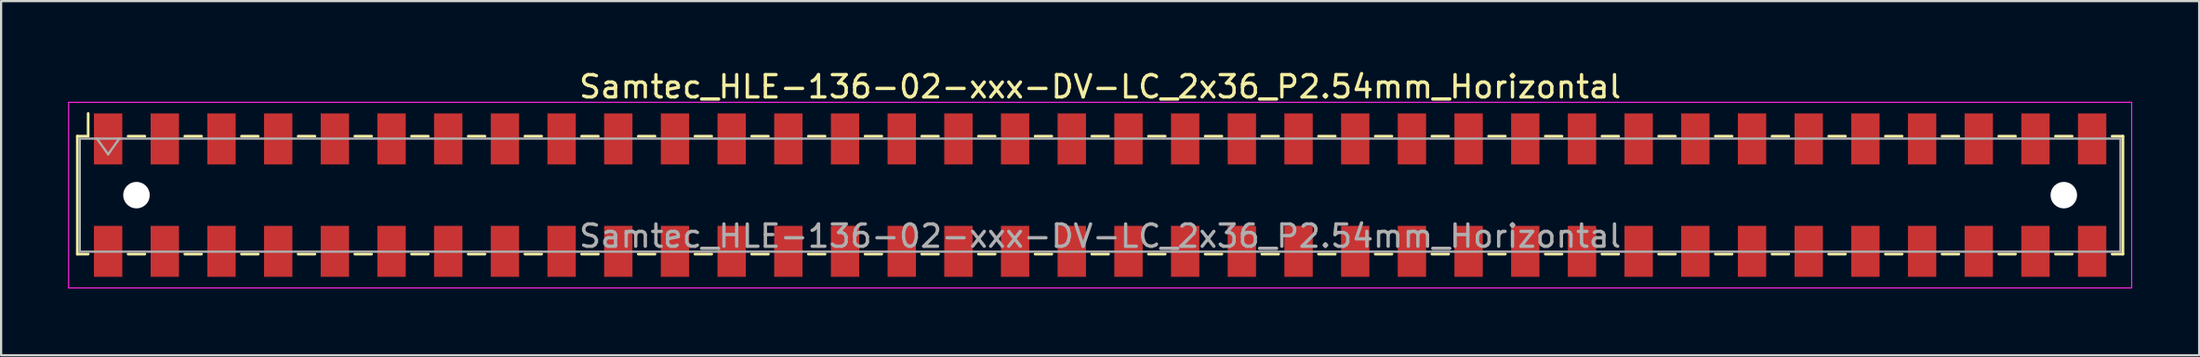
<source format=kicad_pcb>
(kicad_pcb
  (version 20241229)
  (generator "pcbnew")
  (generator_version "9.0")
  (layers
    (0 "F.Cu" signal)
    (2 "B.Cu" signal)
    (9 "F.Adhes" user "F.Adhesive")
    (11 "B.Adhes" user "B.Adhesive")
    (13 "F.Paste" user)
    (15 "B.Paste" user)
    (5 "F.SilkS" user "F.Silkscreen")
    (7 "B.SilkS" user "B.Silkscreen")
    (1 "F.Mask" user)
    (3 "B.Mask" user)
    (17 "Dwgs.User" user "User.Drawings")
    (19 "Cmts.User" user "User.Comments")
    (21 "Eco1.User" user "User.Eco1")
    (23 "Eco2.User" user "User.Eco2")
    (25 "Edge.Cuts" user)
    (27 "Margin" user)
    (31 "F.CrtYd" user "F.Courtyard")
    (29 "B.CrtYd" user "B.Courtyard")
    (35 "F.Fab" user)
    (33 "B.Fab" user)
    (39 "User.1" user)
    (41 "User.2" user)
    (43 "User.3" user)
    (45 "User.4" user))
  (footprint "Samtec_HLE-136-02-xxx-DV-LC_2x36_P2.54mm_Horizontal"
    (layer "F.Cu")
    (at 46.245 5.718)
    (property "Reference" "Samtec_HLE-136-02-xxx-DV-LC_2x36_P2.54mm_Horizontal" (at 0 -4.87 0) (layer "F.SilkS") (effects (font (size 1 1) (thickness 0.15))))
    (attr smd)
    (fp_line (start -45.83 -2.65) (end -45.83 2.65) (stroke (width 0.12) (type solid)) (layer "F.SilkS"))
    (fp_line (start -45.83 2.65) (end -45.345 2.65) (stroke (width 0.12) (type solid)) (layer "F.SilkS"))
    (fp_line (start -45.345 -3.67) (end -45.345 -2.65) (stroke (width 0.12) (type solid)) (layer "F.SilkS"))
    (fp_line (start -45.345 -2.65) (end -45.83 -2.65) (stroke (width 0.12) (type solid)) (layer "F.SilkS"))
    (fp_line (start -43.555 -2.65) (end -42.805 -2.65) (stroke (width 0.12) (type solid)) (layer "F.SilkS"))
    (fp_line (start -43.555 2.65) (end -42.805 2.65) (stroke (width 0.12) (type solid)) (layer "F.SilkS"))
    (fp_line (start -41.015 -2.65) (end -40.265 -2.65) (stroke (width 0.12) (type solid)) (layer "F.SilkS"))
    (fp_line (start -41.015 2.65) (end -40.265 2.65) (stroke (width 0.12) (type solid)) (layer "F.SilkS"))
    (fp_line (start -38.475 -2.65) (end -37.725 -2.65) (stroke (width 0.12) (type solid)) (layer "F.SilkS"))
    (fp_line (start -38.475 2.65) (end -37.725 2.65) (stroke (width 0.12) (type solid)) (layer "F.SilkS"))
    (fp_line (start -35.935 -2.65) (end -35.185 -2.65) (stroke (width 0.12) (type solid)) (layer "F.SilkS"))
    (fp_line (start -35.935 2.65) (end -35.185 2.65) (stroke (width 0.12) (type solid)) (layer "F.SilkS"))
    (fp_line (start -33.395 -2.65) (end -32.645 -2.65) (stroke (width 0.12) (type solid)) (layer "F.SilkS"))
    (fp_line (start -33.395 2.65) (end -32.645 2.65) (stroke (width 0.12) (type solid)) (layer "F.SilkS"))
    (fp_line (start -30.855 -2.65) (end -30.105 -2.65) (stroke (width 0.12) (type solid)) (layer "F.SilkS"))
    (fp_line (start -30.855 2.65) (end -30.105 2.65) (stroke (width 0.12) (type solid)) (layer "F.SilkS"))
    (fp_line (start -28.315 -2.65) (end -27.565 -2.65) (stroke (width 0.12) (type solid)) (layer "F.SilkS"))
    (fp_line (start -28.315 2.65) (end -27.565 2.65) (stroke (width 0.12) (type solid)) (layer "F.SilkS"))
    (fp_line (start -25.775 -2.65) (end -25.025 -2.65) (stroke (width 0.12) (type solid)) (layer "F.SilkS"))
    (fp_line (start -25.775 2.65) (end -25.025 2.65) (stroke (width 0.12) (type solid)) (layer "F.SilkS"))
    (fp_line (start -23.235 -2.65) (end -22.485 -2.65) (stroke (width 0.12) (type solid)) (layer "F.SilkS"))
    (fp_line (start -23.235 2.65) (end -22.485 2.65) (stroke (width 0.12) (type solid)) (layer "F.SilkS"))
    (fp_line (start -20.695 -2.65) (end -19.945 -2.65) (stroke (width 0.12) (type solid)) (layer "F.SilkS"))
    (fp_line (start -20.695 2.65) (end -19.945 2.65) (stroke (width 0.12) (type solid)) (layer "F.SilkS"))
    (fp_line (start -18.155 -2.65) (end -17.405 -2.65) (stroke (width 0.12) (type solid)) (layer "F.SilkS"))
    (fp_line (start -18.155 2.65) (end -17.405 2.65) (stroke (width 0.12) (type solid)) (layer "F.SilkS"))
    (fp_line (start -15.615 -2.65) (end -14.865 -2.65) (stroke (width 0.12) (type solid)) (layer "F.SilkS"))
    (fp_line (start -15.615 2.65) (end -14.865 2.65) (stroke (width 0.12) (type solid)) (layer "F.SilkS"))
    (fp_line (start -13.075 -2.65) (end -12.325 -2.65) (stroke (width 0.12) (type solid)) (layer "F.SilkS"))
    (fp_line (start -13.075 2.65) (end -12.325 2.65) (stroke (width 0.12) (type solid)) (layer "F.SilkS"))
    (fp_line (start -10.535 -2.65) (end -9.785 -2.65) (stroke (width 0.12) (type solid)) (layer "F.SilkS"))
    (fp_line (start -10.535 2.65) (end -9.785 2.65) (stroke (width 0.12) (type solid)) (layer "F.SilkS"))
    (fp_line (start -7.995 -2.65) (end -7.245 -2.65) (stroke (width 0.12) (type solid)) (layer "F.SilkS"))
    (fp_line (start -7.995 2.65) (end -7.245 2.65) (stroke (width 0.12) (type solid)) (layer "F.SilkS"))
    (fp_line (start -5.455 -2.65) (end -4.705 -2.65) (stroke (width 0.12) (type solid)) (layer "F.SilkS"))
    (fp_line (start -5.455 2.65) (end -4.705 2.65) (stroke (width 0.12) (type solid)) (layer "F.SilkS"))
    (fp_line (start -2.915 -2.65) (end -2.165 -2.65) (stroke (width 0.12) (type solid)) (layer "F.SilkS"))
    (fp_line (start -2.915 2.65) (end -2.165 2.65) (stroke (width 0.12) (type solid)) (layer "F.SilkS"))
    (fp_line (start -0.375 -2.65) (end 0.375 -2.65) (stroke (width 0.12) (type solid)) (layer "F.SilkS"))
    (fp_line (start -0.375 2.65) (end 0.375 2.65) (stroke (width 0.12) (type solid)) (layer "F.SilkS"))
    (fp_line (start 2.165 -2.65) (end 2.915 -2.65) (stroke (width 0.12) (type solid)) (layer "F.SilkS"))
    (fp_line (start 2.165 2.65) (end 2.915 2.65) (stroke (width 0.12) (type solid)) (layer "F.SilkS"))
    (fp_line (start 4.705 -2.65) (end 5.455 -2.65) (stroke (width 0.12) (type solid)) (layer "F.SilkS"))
    (fp_line (start 4.705 2.65) (end 5.455 2.65) (stroke (width 0.12) (type solid)) (layer "F.SilkS"))
    (fp_line (start 7.245 -2.65) (end 7.995 -2.65) (stroke (width 0.12) (type solid)) (layer "F.SilkS"))
    (fp_line (start 7.245 2.65) (end 7.995 2.65) (stroke (width 0.12) (type solid)) (layer "F.SilkS"))
    (fp_line (start 9.785 -2.65) (end 10.535 -2.65) (stroke (width 0.12) (type solid)) (layer "F.SilkS"))
    (fp_line (start 9.785 2.65) (end 10.535 2.65) (stroke (width 0.12) (type solid)) (layer "F.SilkS"))
    (fp_line (start 12.325 -2.65) (end 13.075 -2.65) (stroke (width 0.12) (type solid)) (layer "F.SilkS"))
    (fp_line (start 12.325 2.65) (end 13.075 2.65) (stroke (width 0.12) (type solid)) (layer "F.SilkS"))
    (fp_line (start 14.865 -2.65) (end 15.615 -2.65) (stroke (width 0.12) (type solid)) (layer "F.SilkS"))
    (fp_line (start 14.865 2.65) (end 15.615 2.65) (stroke (width 0.12) (type solid)) (layer "F.SilkS"))
    (fp_line (start 17.405 -2.65) (end 18.155 -2.65) (stroke (width 0.12) (type solid)) (layer "F.SilkS"))
    (fp_line (start 17.405 2.65) (end 18.155 2.65) (stroke (width 0.12) (type solid)) (layer "F.SilkS"))
    (fp_line (start 19.945 -2.65) (end 20.695 -2.65) (stroke (width 0.12) (type solid)) (layer "F.SilkS"))
    (fp_line (start 19.945 2.65) (end 20.695 2.65) (stroke (width 0.12) (type solid)) (layer "F.SilkS"))
    (fp_line (start 22.485 -2.65) (end 23.235 -2.65) (stroke (width 0.12) (type solid)) (layer "F.SilkS"))
    (fp_line (start 22.485 2.65) (end 23.235 2.65) (stroke (width 0.12) (type solid)) (layer "F.SilkS"))
    (fp_line (start 25.025 -2.65) (end 25.775 -2.65) (stroke (width 0.12) (type solid)) (layer "F.SilkS"))
    (fp_line (start 25.025 2.65) (end 25.775 2.65) (stroke (width 0.12) (type solid)) (layer "F.SilkS"))
    (fp_line (start 27.565 -2.65) (end 28.315 -2.65) (stroke (width 0.12) (type solid)) (layer "F.SilkS"))
    (fp_line (start 27.565 2.65) (end 28.315 2.65) (stroke (width 0.12) (type solid)) (layer "F.SilkS"))
    (fp_line (start 30.105 -2.65) (end 30.855 -2.65) (stroke (width 0.12) (type solid)) (layer "F.SilkS"))
    (fp_line (start 30.105 2.65) (end 30.855 2.65) (stroke (width 0.12) (type solid)) (layer "F.SilkS"))
    (fp_line (start 32.645 -2.65) (end 33.395 -2.65) (stroke (width 0.12) (type solid)) (layer "F.SilkS"))
    (fp_line (start 32.645 2.65) (end 33.395 2.65) (stroke (width 0.12) (type solid)) (layer "F.SilkS"))
    (fp_line (start 35.185 -2.65) (end 35.935 -2.65) (stroke (width 0.12) (type solid)) (layer "F.SilkS"))
    (fp_line (start 35.185 2.65) (end 35.935 2.65) (stroke (width 0.12) (type solid)) (layer "F.SilkS"))
    (fp_line (start 37.725 -2.65) (end 38.475 -2.65) (stroke (width 0.12) (type solid)) (layer "F.SilkS"))
    (fp_line (start 37.725 2.65) (end 38.475 2.65) (stroke (width 0.12) (type solid)) (layer "F.SilkS"))
    (fp_line (start 40.265 -2.65) (end 41.015 -2.65) (stroke (width 0.12) (type solid)) (layer "F.SilkS"))
    (fp_line (start 40.265 2.65) (end 41.015 2.65) (stroke (width 0.12) (type solid)) (layer "F.SilkS"))
    (fp_line (start 42.805 -2.65) (end 43.555 -2.65) (stroke (width 0.12) (type solid)) (layer "F.SilkS"))
    (fp_line (start 42.805 2.65) (end 43.555 2.65) (stroke (width 0.12) (type solid)) (layer "F.SilkS"))
    (fp_line (start 45.345 -2.65) (end 45.83 -2.65) (stroke (width 0.12) (type solid)) (layer "F.SilkS"))
    (fp_line (start 45.83 -2.65) (end 45.83 2.65) (stroke (width 0.12) (type solid)) (layer "F.SilkS"))
    (fp_line (start 45.83 2.65) (end 45.345 2.65) (stroke (width 0.12) (type solid)) (layer "F.SilkS"))
    (fp_line (start -46.22 -4.17) (end 46.22 -4.17) (stroke (width 0.05) (type solid)) (layer "F.CrtYd"))
    (fp_line (start -46.22 4.17) (end -46.22 -4.17) (stroke (width 0.05) (type solid)) (layer "F.CrtYd"))
    (fp_line (start 46.22 -4.17) (end 46.22 4.17) (stroke (width 0.05) (type solid)) (layer "F.CrtYd"))
    (fp_line (start 46.22 4.17) (end -46.22 4.17) (stroke (width 0.05) (type solid)) (layer "F.CrtYd"))
    (fp_line (start -45.72 -2.54) (end 45.72 -2.54) (stroke (width 0.1) (type solid)) (layer "F.Fab"))
    (fp_line (start -45.72 2.54) (end -45.72 -2.54) (stroke (width 0.1) (type solid)) (layer "F.Fab"))
    (fp_line (start -44.95 -2.54) (end -44.45 -1.833) (stroke (width 0.1) (type solid)) (layer "F.Fab"))
    (fp_line (start -44.45 -1.833) (end -43.95 -2.54) (stroke (width 0.1) (type solid)) (layer "F.Fab"))
    (fp_line (start 45.72 -2.54) (end 45.72 2.54) (stroke (width 0.1) (type solid)) (layer "F.Fab"))
    (fp_line (start 45.72 2.54) (end -45.72 2.54) (stroke (width 0.1) (type solid)) (layer "F.Fab"))
    (fp_text user "${REFERENCE}" (at 0 1.84 0) (layer "F.Fab") (effects (font (size 1 1) (thickness 0.15))))
    (pad "" np_thru_hole circle (at -43.18 0) (size 1.19 1.19) (drill 1.19) (layers "*.Cu" "*.Mask"))
    (pad "" np_thru_hole circle (at 43.18 0) (size 1.19 1.19) (drill 1.19) (layers "*.Cu" "*.Mask"))
    (pad "1" smd rect (at -44.45 -2.525) (size 1.27 2.29) (layers "F.Cu" "F.Mask" "F.Paste"))
    (pad "2" smd rect (at -44.45 2.525) (size 1.27 2.29) (layers "F.Cu" "F.Mask" "F.Paste"))
    (pad "3" smd rect (at -41.91 -2.525) (size 1.27 2.29) (layers "F.Cu" "F.Mask" "F.Paste"))
    (pad "4" smd rect (at -41.91 2.525) (size 1.27 2.29) (layers "F.Cu" "F.Mask" "F.Paste"))
    (pad "5" smd rect (at -39.37 -2.525) (size 1.27 2.29) (layers "F.Cu" "F.Mask" "F.Paste"))
    (pad "6" smd rect (at -39.37 2.525) (size 1.27 2.29) (layers "F.Cu" "F.Mask" "F.Paste"))
    (pad "7" smd rect (at -36.83 -2.525) (size 1.27 2.29) (layers "F.Cu" "F.Mask" "F.Paste"))
    (pad "8" smd rect (at -36.83 2.525) (size 1.27 2.29) (layers "F.Cu" "F.Mask" "F.Paste"))
    (pad "9" smd rect (at -34.29 -2.525) (size 1.27 2.29) (layers "F.Cu" "F.Mask" "F.Paste"))
    (pad "10" smd rect (at -34.29 2.525) (size 1.27 2.29) (layers "F.Cu" "F.Mask" "F.Paste"))
    (pad "11" smd rect (at -31.75 -2.525) (size 1.27 2.29) (layers "F.Cu" "F.Mask" "F.Paste"))
    (pad "12" smd rect (at -31.75 2.525) (size 1.27 2.29) (layers "F.Cu" "F.Mask" "F.Paste"))
    (pad "13" smd rect (at -29.21 -2.525) (size 1.27 2.29) (layers "F.Cu" "F.Mask" "F.Paste"))
    (pad "14" smd rect (at -29.21 2.525) (size 1.27 2.29) (layers "F.Cu" "F.Mask" "F.Paste"))
    (pad "15" smd rect (at -26.67 -2.525) (size 1.27 2.29) (layers "F.Cu" "F.Mask" "F.Paste"))
    (pad "16" smd rect (at -26.67 2.525) (size 1.27 2.29) (layers "F.Cu" "F.Mask" "F.Paste"))
    (pad "17" smd rect (at -24.13 -2.525) (size 1.27 2.29) (layers "F.Cu" "F.Mask" "F.Paste"))
    (pad "18" smd rect (at -24.13 2.525) (size 1.27 2.29) (layers "F.Cu" "F.Mask" "F.Paste"))
    (pad "19" smd rect (at -21.59 -2.525) (size 1.27 2.29) (layers "F.Cu" "F.Mask" "F.Paste"))
    (pad "20" smd rect (at -21.59 2.525) (size 1.27 2.29) (layers "F.Cu" "F.Mask" "F.Paste"))
    (pad "21" smd rect (at -19.05 -2.525) (size 1.27 2.29) (layers "F.Cu" "F.Mask" "F.Paste"))
    (pad "22" smd rect (at -19.05 2.525) (size 1.27 2.29) (layers "F.Cu" "F.Mask" "F.Paste"))
    (pad "23" smd rect (at -16.51 -2.525) (size 1.27 2.29) (layers "F.Cu" "F.Mask" "F.Paste"))
    (pad "24" smd rect (at -16.51 2.525) (size 1.27 2.29) (layers "F.Cu" "F.Mask" "F.Paste"))
    (pad "25" smd rect (at -13.97 -2.525) (size 1.27 2.29) (layers "F.Cu" "F.Mask" "F.Paste"))
    (pad "26" smd rect (at -13.97 2.525) (size 1.27 2.29) (layers "F.Cu" "F.Mask" "F.Paste"))
    (pad "27" smd rect (at -11.43 -2.525) (size 1.27 2.29) (layers "F.Cu" "F.Mask" "F.Paste"))
    (pad "28" smd rect (at -11.43 2.525) (size 1.27 2.29) (layers "F.Cu" "F.Mask" "F.Paste"))
    (pad "29" smd rect (at -8.89 -2.525) (size 1.27 2.29) (layers "F.Cu" "F.Mask" "F.Paste"))
    (pad "30" smd rect (at -8.89 2.525) (size 1.27 2.29) (layers "F.Cu" "F.Mask" "F.Paste"))
    (pad "31" smd rect (at -6.35 -2.525) (size 1.27 2.29) (layers "F.Cu" "F.Mask" "F.Paste"))
    (pad "32" smd rect (at -6.35 2.525) (size 1.27 2.29) (layers "F.Cu" "F.Mask" "F.Paste"))
    (pad "33" smd rect (at -3.81 -2.525) (size 1.27 2.29) (layers "F.Cu" "F.Mask" "F.Paste"))
    (pad "34" smd rect (at -3.81 2.525) (size 1.27 2.29) (layers "F.Cu" "F.Mask" "F.Paste"))
    (pad "35" smd rect (at -1.27 -2.525) (size 1.27 2.29) (layers "F.Cu" "F.Mask" "F.Paste"))
    (pad "36" smd rect (at -1.27 2.525) (size 1.27 2.29) (layers "F.Cu" "F.Mask" "F.Paste"))
    (pad "37" smd rect (at 1.27 -2.525) (size 1.27 2.29) (layers "F.Cu" "F.Mask" "F.Paste"))
    (pad "38" smd rect (at 1.27 2.525) (size 1.27 2.29) (layers "F.Cu" "F.Mask" "F.Paste"))
    (pad "39" smd rect (at 3.81 -2.525) (size 1.27 2.29) (layers "F.Cu" "F.Mask" "F.Paste"))
    (pad "40" smd rect (at 3.81 2.525) (size 1.27 2.29) (layers "F.Cu" "F.Mask" "F.Paste"))
    (pad "41" smd rect (at 6.35 -2.525) (size 1.27 2.29) (layers "F.Cu" "F.Mask" "F.Paste"))
    (pad "42" smd rect (at 6.35 2.525) (size 1.27 2.29) (layers "F.Cu" "F.Mask" "F.Paste"))
    (pad "43" smd rect (at 8.89 -2.525) (size 1.27 2.29) (layers "F.Cu" "F.Mask" "F.Paste"))
    (pad "44" smd rect (at 8.89 2.525) (size 1.27 2.29) (layers "F.Cu" "F.Mask" "F.Paste"))
    (pad "45" smd rect (at 11.43 -2.525) (size 1.27 2.29) (layers "F.Cu" "F.Mask" "F.Paste"))
    (pad "46" smd rect (at 11.43 2.525) (size 1.27 2.29) (layers "F.Cu" "F.Mask" "F.Paste"))
    (pad "47" smd rect (at 13.97 -2.525) (size 1.27 2.29) (layers "F.Cu" "F.Mask" "F.Paste"))
    (pad "48" smd rect (at 13.97 2.525) (size 1.27 2.29) (layers "F.Cu" "F.Mask" "F.Paste"))
    (pad "49" smd rect (at 16.51 -2.525) (size 1.27 2.29) (layers "F.Cu" "F.Mask" "F.Paste"))
    (pad "50" smd rect (at 16.51 2.525) (size 1.27 2.29) (layers "F.Cu" "F.Mask" "F.Paste"))
    (pad "51" smd rect (at 19.05 -2.525) (size 1.27 2.29) (layers "F.Cu" "F.Mask" "F.Paste"))
    (pad "52" smd rect (at 19.05 2.525) (size 1.27 2.29) (layers "F.Cu" "F.Mask" "F.Paste"))
    (pad "53" smd rect (at 21.59 -2.525) (size 1.27 2.29) (layers "F.Cu" "F.Mask" "F.Paste"))
    (pad "54" smd rect (at 21.59 2.525) (size 1.27 2.29) (layers "F.Cu" "F.Mask" "F.Paste"))
    (pad "55" smd rect (at 24.13 -2.525) (size 1.27 2.29) (layers "F.Cu" "F.Mask" "F.Paste"))
    (pad "56" smd rect (at 24.13 2.525) (size 1.27 2.29) (layers "F.Cu" "F.Mask" "F.Paste"))
    (pad "57" smd rect (at 26.67 -2.525) (size 1.27 2.29) (layers "F.Cu" "F.Mask" "F.Paste"))
    (pad "58" smd rect (at 26.67 2.525) (size 1.27 2.29) (layers "F.Cu" "F.Mask" "F.Paste"))
    (pad "59" smd rect (at 29.21 -2.525) (size 1.27 2.29) (layers "F.Cu" "F.Mask" "F.Paste"))
    (pad "60" smd rect (at 29.21 2.525) (size 1.27 2.29) (layers "F.Cu" "F.Mask" "F.Paste"))
    (pad "61" smd rect (at 31.75 -2.525) (size 1.27 2.29) (layers "F.Cu" "F.Mask" "F.Paste"))
    (pad "62" smd rect (at 31.75 2.525) (size 1.27 2.29) (layers "F.Cu" "F.Mask" "F.Paste"))
    (pad "63" smd rect (at 34.29 -2.525) (size 1.27 2.29) (layers "F.Cu" "F.Mask" "F.Paste"))
    (pad "64" smd rect (at 34.29 2.525) (size 1.27 2.29) (layers "F.Cu" "F.Mask" "F.Paste"))
    (pad "65" smd rect (at 36.83 -2.525) (size 1.27 2.29) (layers "F.Cu" "F.Mask" "F.Paste"))
    (pad "66" smd rect (at 36.83 2.525) (size 1.27 2.29) (layers "F.Cu" "F.Mask" "F.Paste"))
    (pad "67" smd rect (at 39.37 -2.525) (size 1.27 2.29) (layers "F.Cu" "F.Mask" "F.Paste"))
    (pad "68" smd rect (at 39.37 2.525) (size 1.27 2.29) (layers "F.Cu" "F.Mask" "F.Paste"))
    (pad "69" smd rect (at 41.91 -2.525) (size 1.27 2.29) (layers "F.Cu" "F.Mask" "F.Paste"))
    (pad "70" smd rect (at 41.91 2.525) (size 1.27 2.29) (layers "F.Cu" "F.Mask" "F.Paste"))
    (pad "71" smd rect (at 44.45 -2.525) (size 1.27 2.29) (layers "F.Cu" "F.Mask" "F.Paste"))
    (pad "72" smd rect (at 44.45 2.525) (size 1.27 2.29) (layers "F.Cu" "F.Mask" "F.Paste")))
  (gr_rect
    (start -3 -3)
    (end 95.49 12.913)
    (stroke (width 0.1) (type default))
    (fill no)
    (layer "Edge.Cuts")))
</source>
